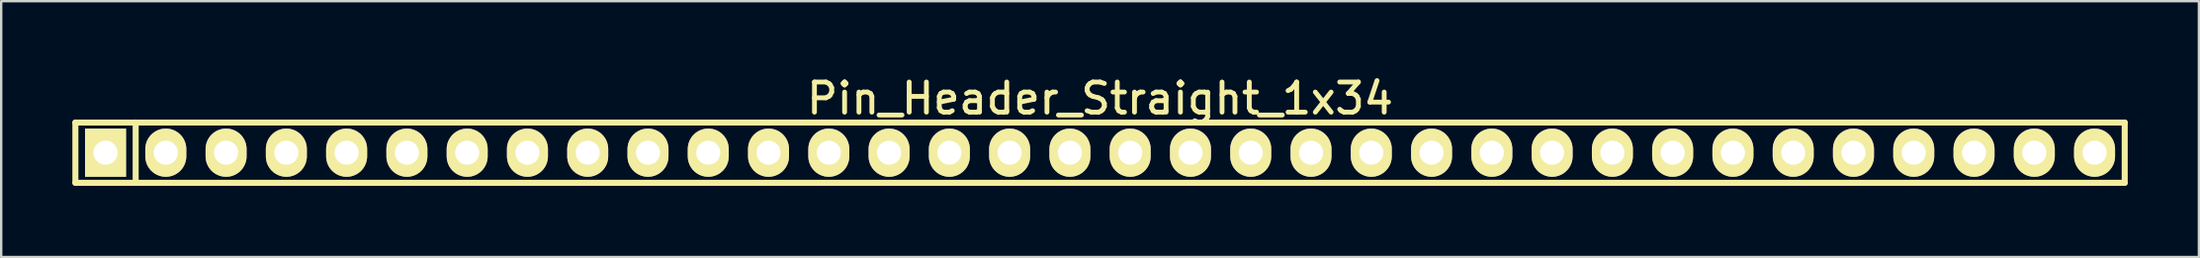
<source format=kicad_pcb>
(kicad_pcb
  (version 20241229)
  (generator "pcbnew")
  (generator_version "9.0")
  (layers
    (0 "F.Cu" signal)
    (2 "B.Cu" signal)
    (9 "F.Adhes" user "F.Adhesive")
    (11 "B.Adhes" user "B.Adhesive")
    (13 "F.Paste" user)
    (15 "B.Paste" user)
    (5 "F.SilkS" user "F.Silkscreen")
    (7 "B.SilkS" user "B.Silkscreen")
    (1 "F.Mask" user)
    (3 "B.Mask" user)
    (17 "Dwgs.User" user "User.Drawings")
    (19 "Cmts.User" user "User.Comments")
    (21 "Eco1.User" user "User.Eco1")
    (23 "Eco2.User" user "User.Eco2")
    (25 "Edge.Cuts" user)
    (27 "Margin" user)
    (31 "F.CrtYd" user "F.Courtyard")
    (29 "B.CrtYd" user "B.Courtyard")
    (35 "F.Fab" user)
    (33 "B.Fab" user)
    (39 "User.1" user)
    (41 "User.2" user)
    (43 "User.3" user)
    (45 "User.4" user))
  (footprint "Pin_Header_Straight_1x34"
    (layer "F.Cu")
    (at 43.307 3.386)
    (property "Reference" "Pin_Header_Straight_1x34" (at 0 -2.286 0) (layer "F.SilkS") (effects (font (size 1.27 1.27) (thickness 0.203))))
    (attr through_hole)
    (fp_line (start -43.18 -1.27) (end -43.18 1.27) (stroke (width 0.254) (type solid)) (layer "F.SilkS"))
    (fp_line (start -43.18 -1.27) (end -40.64 -1.27) (stroke (width 0.254) (type solid)) (layer "F.SilkS"))
    (fp_line (start -43.18 1.27) (end -40.64 1.27) (stroke (width 0.254) (type solid)) (layer "F.SilkS"))
    (fp_line (start -40.64 -1.27) (end -40.64 1.27) (stroke (width 0.254) (type solid)) (layer "F.SilkS"))
    (fp_line (start -40.64 1.27) (end 43.18 1.27) (stroke (width 0.254) (type solid)) (layer "F.SilkS"))
    (fp_line (start 43.18 -1.27) (end -40.64 -1.27) (stroke (width 0.254) (type solid)) (layer "F.SilkS"))
    (fp_line (start 43.18 1.27) (end 43.18 -1.27) (stroke (width 0.254) (type solid)) (layer "F.SilkS"))
    (pad "1" thru_hole rect (at -41.91 0) (size 1.727 2.032) (drill 1.016) (layers "*.Cu" "*.Mask" "F.SilkS"))
    (pad "2" thru_hole oval (at -39.37 0) (size 1.727 2.032) (drill 1.016) (layers "*.Cu" "*.Mask" "F.SilkS"))
    (pad "3" thru_hole oval (at -36.83 0) (size 1.727 2.032) (drill 1.016) (layers "*.Cu" "*.Mask" "F.SilkS"))
    (pad "4" thru_hole oval (at -34.29 0) (size 1.727 2.032) (drill 1.016) (layers "*.Cu" "*.Mask" "F.SilkS"))
    (pad "5" thru_hole oval (at -31.75 0) (size 1.727 2.032) (drill 1.016) (layers "*.Cu" "*.Mask" "F.SilkS"))
    (pad "6" thru_hole oval (at -29.21 0) (size 1.727 2.032) (drill 1.016) (layers "*.Cu" "*.Mask" "F.SilkS"))
    (pad "7" thru_hole oval (at -26.67 0) (size 1.727 2.032) (drill 1.016) (layers "*.Cu" "*.Mask" "F.SilkS"))
    (pad "8" thru_hole oval (at -24.13 0) (size 1.727 2.032) (drill 1.016) (layers "*.Cu" "*.Mask" "F.SilkS"))
    (pad "9" thru_hole oval (at -21.59 0) (size 1.727 2.032) (drill 1.016) (layers "*.Cu" "*.Mask" "F.SilkS"))
    (pad "10" thru_hole oval (at -19.05 0) (size 1.727 2.032) (drill 1.016) (layers "*.Cu" "*.Mask" "F.SilkS"))
    (pad "11" thru_hole oval (at -16.51 0) (size 1.727 2.032) (drill 1.016) (layers "*.Cu" "*.Mask" "F.SilkS"))
    (pad "12" thru_hole oval (at -13.97 0) (size 1.727 2.032) (drill 1.016) (layers "*.Cu" "*.Mask" "F.SilkS"))
    (pad "13" thru_hole oval (at -11.43 0) (size 1.727 2.032) (drill 1.016) (layers "*.Cu" "*.Mask" "F.SilkS"))
    (pad "14" thru_hole oval (at -8.89 0) (size 1.727 2.032) (drill 1.016) (layers "*.Cu" "*.Mask" "F.SilkS"))
    (pad "15" thru_hole oval (at -6.35 0) (size 1.727 2.032) (drill 1.016) (layers "*.Cu" "*.Mask" "F.SilkS"))
    (pad "16" thru_hole oval (at -3.81 0) (size 1.727 2.032) (drill 1.016) (layers "*.Cu" "*.Mask" "F.SilkS"))
    (pad "17" thru_hole oval (at -1.27 0) (size 1.727 2.032) (drill 1.016) (layers "*.Cu" "*.Mask" "F.SilkS"))
    (pad "18" thru_hole oval (at 1.27 0) (size 1.727 2.032) (drill 1.016) (layers "*.Cu" "*.Mask" "F.SilkS"))
    (pad "19" thru_hole oval (at 3.81 0) (size 1.727 2.032) (drill 1.016) (layers "*.Cu" "*.Mask" "F.SilkS"))
    (pad "20" thru_hole oval (at 6.35 0) (size 1.727 2.032) (drill 1.016) (layers "*.Cu" "*.Mask" "F.SilkS"))
    (pad "21" thru_hole oval (at 8.89 0) (size 1.727 2.032) (drill 1.016) (layers "*.Cu" "*.Mask" "F.SilkS"))
    (pad "22" thru_hole oval (at 11.43 0) (size 1.727 2.032) (drill 1.016) (layers "*.Cu" "*.Mask" "F.SilkS"))
    (pad "23" thru_hole oval (at 13.97 0) (size 1.727 2.032) (drill 1.016) (layers "*.Cu" "*.Mask" "F.SilkS"))
    (pad "24" thru_hole oval (at 16.51 0) (size 1.727 2.032) (drill 1.016) (layers "*.Cu" "*.Mask" "F.SilkS"))
    (pad "25" thru_hole oval (at 19.05 0) (size 1.727 2.032) (drill 1.016) (layers "*.Cu" "*.Mask" "F.SilkS"))
    (pad "26" thru_hole oval (at 21.59 0) (size 1.727 2.032) (drill 1.016) (layers "*.Cu" "*.Mask" "F.SilkS"))
    (pad "27" thru_hole oval (at 24.13 0) (size 1.727 2.032) (drill 1.016) (layers "*.Cu" "*.Mask" "F.SilkS"))
    (pad "28" thru_hole oval (at 26.67 0) (size 1.727 2.032) (drill 1.016) (layers "*.Cu" "*.Mask" "F.SilkS"))
    (pad "29" thru_hole oval (at 29.21 0) (size 1.727 2.032) (drill 1.016) (layers "*.Cu" "*.Mask" "F.SilkS"))
    (pad "30" thru_hole oval (at 31.75 0) (size 1.727 2.032) (drill 1.016) (layers "*.Cu" "*.Mask" "F.SilkS"))
    (pad "31" thru_hole oval (at 34.29 0) (size 1.727 2.032) (drill 1.016) (layers "*.Cu" "*.Mask" "F.SilkS"))
    (pad "32" thru_hole oval (at 36.83 0) (size 1.727 2.032) (drill 1.016) (layers "*.Cu" "*.Mask" "F.SilkS"))
    (pad "33" thru_hole oval (at 39.37 0) (size 1.727 2.032) (drill 1.016) (layers "*.Cu" "*.Mask" "F.SilkS"))
    (pad "34" thru_hole oval (at 41.91 0) (size 1.727 2.032) (drill 1.016) (layers "*.Cu" "*.Mask" "F.SilkS")))
  (gr_rect
    (start -3 -3)
    (end 89.614 7.783)
    (stroke (width 0.1) (type default))
    (fill no)
    (layer "Edge.Cuts")))
</source>
